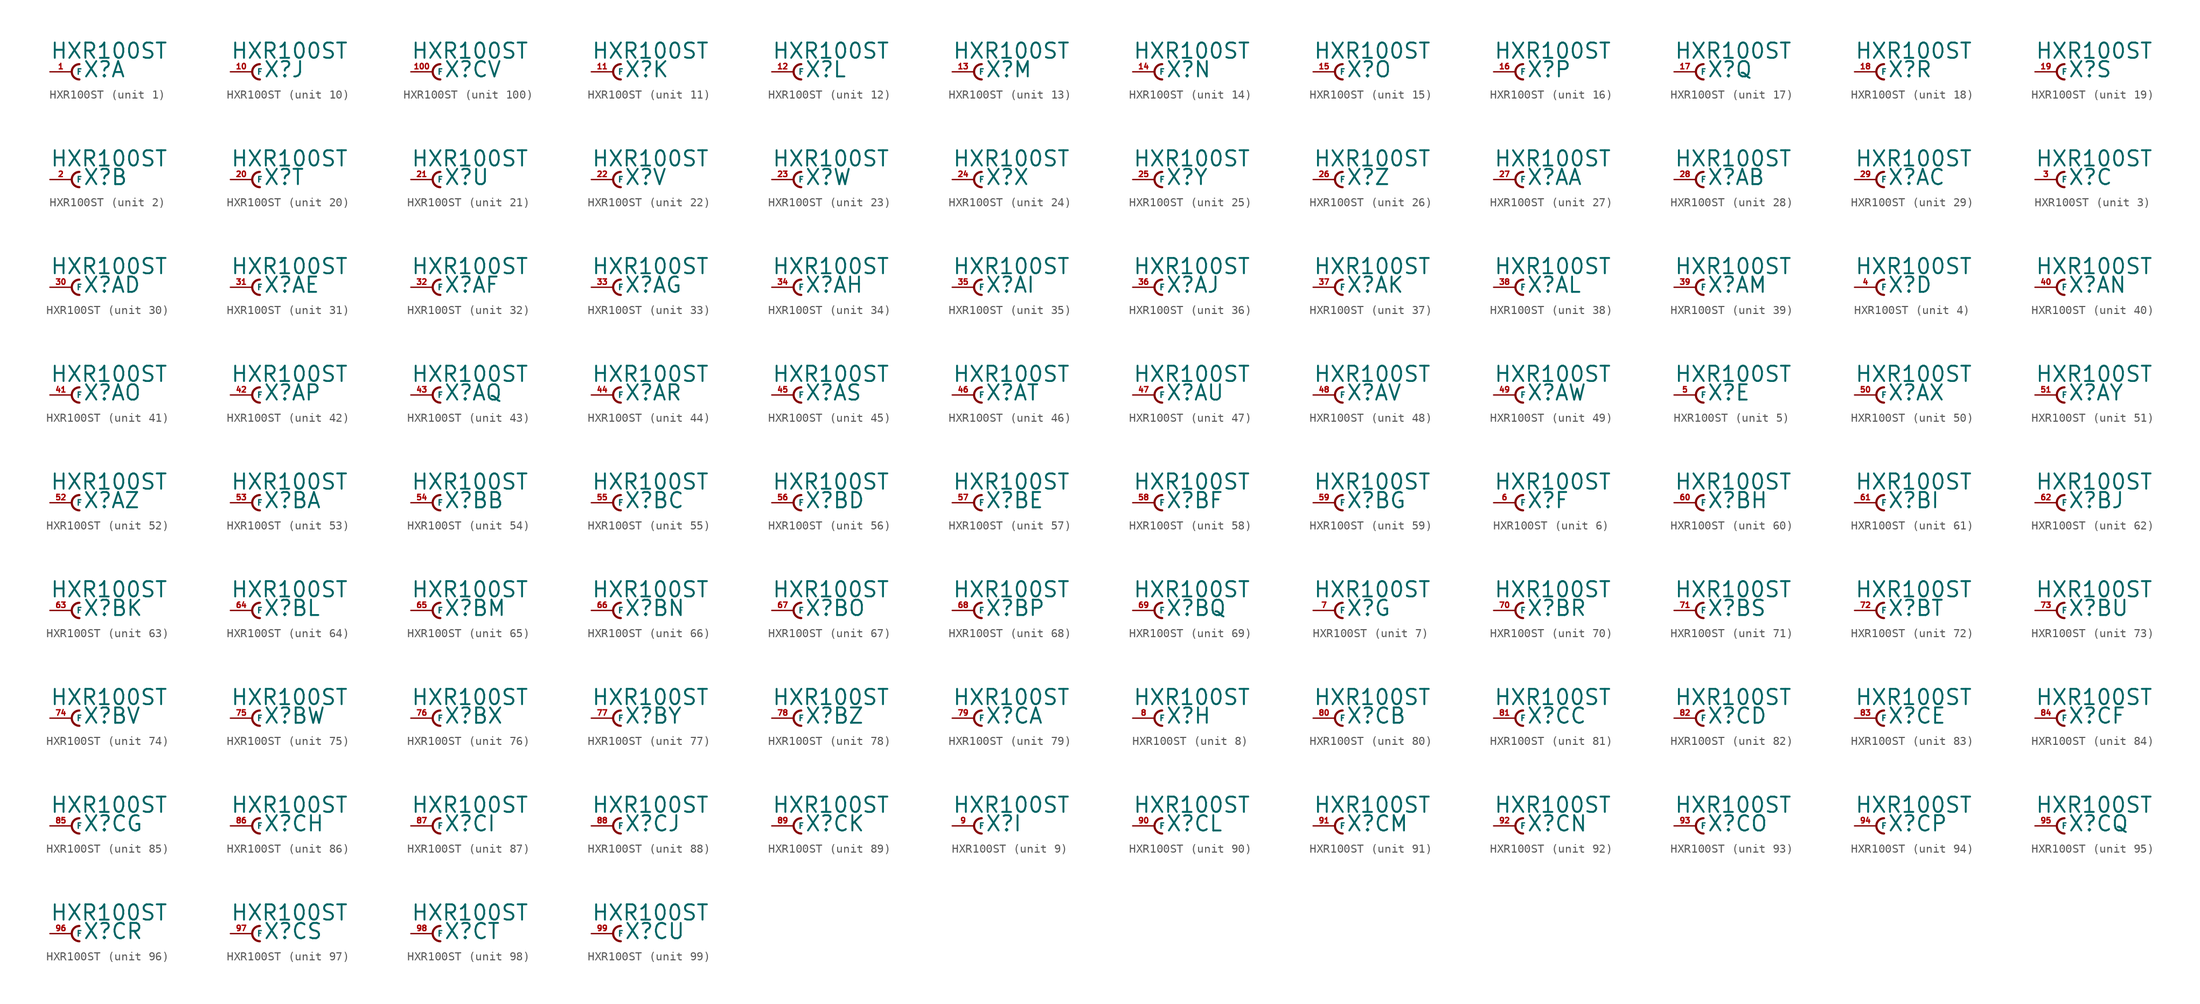
<source format=kicad_sym>
(kicad_symbol_lib
  (version 20220914)
  (generator Eagle2Kicad)
  (symbol "HXR100ST"
    (property "Reference" "X"
      (at 1.27 -0.762 0)
      (effects (font (size 1.778 1.778) (thickness 0.22)) (justify left bottom)))
    (property "Value" "HXR100ST"
      (at -2.54 1.397 0)
      (effects (font (size 1.778 1.778) (thickness 0.22)) (justify left bottom)))
    (symbol "HXR100ST_1_0"
      (arc (start 0.889 0.889) (mid 0.000 0.000) (end 0.889 -0.889) (stroke (width 0.254) (type default)) (fill (type none)))
      (pin passive line (at -2.54 0 0) (length 2.54) (name "F" (effects (font (size 0.635 0.635) (thickness 0.08)) (justify left bottom))) (number "1" (effects (font (size 0.635 0.635) (thickness 0.08)) (justify left bottom)))))
    (symbol "HXR100ST_2_0"
      (arc (start 0.889 0.889) (mid 0.000 0.000) (end 0.889 -0.889) (stroke (width 0.254) (type default)) (fill (type none)))
      (pin passive line (at -2.54 0 0) (length 2.54) (name "F" (effects (font (size 0.635 0.635) (thickness 0.08)) (justify left bottom))) (number "2" (effects (font (size 0.635 0.635) (thickness 0.08)) (justify left bottom)))))
    (symbol "HXR100ST_3_0"
      (arc (start 0.889 0.889) (mid 0.000 0.000) (end 0.889 -0.889) (stroke (width 0.254) (type default)) (fill (type none)))
      (pin passive line (at -2.54 0 0) (length 2.54) (name "F" (effects (font (size 0.635 0.635) (thickness 0.08)) (justify left bottom))) (number "3" (effects (font (size 0.635 0.635) (thickness 0.08)) (justify left bottom)))))
    (symbol "HXR100ST_4_0"
      (arc (start 0.889 0.889) (mid 0.000 0.000) (end 0.889 -0.889) (stroke (width 0.254) (type default)) (fill (type none)))
      (pin passive line (at -2.54 0 0) (length 2.54) (name "F" (effects (font (size 0.635 0.635) (thickness 0.08)) (justify left bottom))) (number "4" (effects (font (size 0.635 0.635) (thickness 0.08)) (justify left bottom)))))
    (symbol "HXR100ST_5_0"
      (arc (start 0.889 0.889) (mid 0.000 0.000) (end 0.889 -0.889) (stroke (width 0.254) (type default)) (fill (type none)))
      (pin passive line (at -2.54 0 0) (length 2.54) (name "F" (effects (font (size 0.635 0.635) (thickness 0.08)) (justify left bottom))) (number "5" (effects (font (size 0.635 0.635) (thickness 0.08)) (justify left bottom)))))
    (symbol "HXR100ST_6_0"
      (arc (start 0.889 0.889) (mid 0.000 0.000) (end 0.889 -0.889) (stroke (width 0.254) (type default)) (fill (type none)))
      (pin passive line (at -2.54 0 0) (length 2.54) (name "F" (effects (font (size 0.635 0.635) (thickness 0.08)) (justify left bottom))) (number "6" (effects (font (size 0.635 0.635) (thickness 0.08)) (justify left bottom)))))
    (symbol "HXR100ST_7_0"
      (arc (start 0.889 0.889) (mid 0.000 0.000) (end 0.889 -0.889) (stroke (width 0.254) (type default)) (fill (type none)))
      (pin passive line (at -2.54 0 0) (length 2.54) (name "F" (effects (font (size 0.635 0.635) (thickness 0.08)) (justify left bottom))) (number "7" (effects (font (size 0.635 0.635) (thickness 0.08)) (justify left bottom)))))
    (symbol "HXR100ST_8_0"
      (arc (start 0.889 0.889) (mid 0.000 0.000) (end 0.889 -0.889) (stroke (width 0.254) (type default)) (fill (type none)))
      (pin passive line (at -2.54 0 0) (length 2.54) (name "F" (effects (font (size 0.635 0.635) (thickness 0.08)) (justify left bottom))) (number "8" (effects (font (size 0.635 0.635) (thickness 0.08)) (justify left bottom)))))
    (symbol "HXR100ST_9_0"
      (arc (start 0.889 0.889) (mid 0.000 0.000) (end 0.889 -0.889) (stroke (width 0.254) (type default)) (fill (type none)))
      (pin passive line (at -2.54 0 0) (length 2.54) (name "F" (effects (font (size 0.635 0.635) (thickness 0.08)) (justify left bottom))) (number "9" (effects (font (size 0.635 0.635) (thickness 0.08)) (justify left bottom)))))
    (symbol "HXR100ST_10_0"
      (arc (start 0.889 0.889) (mid 0.000 0.000) (end 0.889 -0.889) (stroke (width 0.254) (type default)) (fill (type none)))
      (pin passive line (at -2.54 0 0) (length 2.54) (name "F" (effects (font (size 0.635 0.635) (thickness 0.08)) (justify left bottom))) (number "10" (effects (font (size 0.635 0.635) (thickness 0.08)) (justify left bottom)))))
    (symbol "HXR100ST_11_0"
      (arc (start 0.889 0.889) (mid 0.000 0.000) (end 0.889 -0.889) (stroke (width 0.254) (type default)) (fill (type none)))
      (pin passive line (at -2.54 0 0) (length 2.54) (name "F" (effects (font (size 0.635 0.635) (thickness 0.08)) (justify left bottom))) (number "11" (effects (font (size 0.635 0.635) (thickness 0.08)) (justify left bottom)))))
    (symbol "HXR100ST_12_0"
      (arc (start 0.889 0.889) (mid 0.000 0.000) (end 0.889 -0.889) (stroke (width 0.254) (type default)) (fill (type none)))
      (pin passive line (at -2.54 0 0) (length 2.54) (name "F" (effects (font (size 0.635 0.635) (thickness 0.08)) (justify left bottom))) (number "12" (effects (font (size 0.635 0.635) (thickness 0.08)) (justify left bottom)))))
    (symbol "HXR100ST_13_0"
      (arc (start 0.889 0.889) (mid 0.000 0.000) (end 0.889 -0.889) (stroke (width 0.254) (type default)) (fill (type none)))
      (pin passive line (at -2.54 0 0) (length 2.54) (name "F" (effects (font (size 0.635 0.635) (thickness 0.08)) (justify left bottom))) (number "13" (effects (font (size 0.635 0.635) (thickness 0.08)) (justify left bottom)))))
    (symbol "HXR100ST_14_0"
      (arc (start 0.889 0.889) (mid 0.000 0.000) (end 0.889 -0.889) (stroke (width 0.254) (type default)) (fill (type none)))
      (pin passive line (at -2.54 0 0) (length 2.54) (name "F" (effects (font (size 0.635 0.635) (thickness 0.08)) (justify left bottom))) (number "14" (effects (font (size 0.635 0.635) (thickness 0.08)) (justify left bottom)))))
    (symbol "HXR100ST_15_0"
      (arc (start 0.889 0.889) (mid 0.000 0.000) (end 0.889 -0.889) (stroke (width 0.254) (type default)) (fill (type none)))
      (pin passive line (at -2.54 0 0) (length 2.54) (name "F" (effects (font (size 0.635 0.635) (thickness 0.08)) (justify left bottom))) (number "15" (effects (font (size 0.635 0.635) (thickness 0.08)) (justify left bottom)))))
    (symbol "HXR100ST_16_0"
      (arc (start 0.889 0.889) (mid 0.000 0.000) (end 0.889 -0.889) (stroke (width 0.254) (type default)) (fill (type none)))
      (pin passive line (at -2.54 0 0) (length 2.54) (name "F" (effects (font (size 0.635 0.635) (thickness 0.08)) (justify left bottom))) (number "16" (effects (font (size 0.635 0.635) (thickness 0.08)) (justify left bottom)))))
    (symbol "HXR100ST_17_0"
      (arc (start 0.889 0.889) (mid 0.000 0.000) (end 0.889 -0.889) (stroke (width 0.254) (type default)) (fill (type none)))
      (pin passive line (at -2.54 0 0) (length 2.54) (name "F" (effects (font (size 0.635 0.635) (thickness 0.08)) (justify left bottom))) (number "17" (effects (font (size 0.635 0.635) (thickness 0.08)) (justify left bottom)))))
    (symbol "HXR100ST_18_0"
      (arc (start 0.889 0.889) (mid 0.000 0.000) (end 0.889 -0.889) (stroke (width 0.254) (type default)) (fill (type none)))
      (pin passive line (at -2.54 0 0) (length 2.54) (name "F" (effects (font (size 0.635 0.635) (thickness 0.08)) (justify left bottom))) (number "18" (effects (font (size 0.635 0.635) (thickness 0.08)) (justify left bottom)))))
    (symbol "HXR100ST_19_0"
      (arc (start 0.889 0.889) (mid 0.000 0.000) (end 0.889 -0.889) (stroke (width 0.254) (type default)) (fill (type none)))
      (pin passive line (at -2.54 0 0) (length 2.54) (name "F" (effects (font (size 0.635 0.635) (thickness 0.08)) (justify left bottom))) (number "19" (effects (font (size 0.635 0.635) (thickness 0.08)) (justify left bottom)))))
    (symbol "HXR100ST_20_0"
      (arc (start 0.889 0.889) (mid 0.000 0.000) (end 0.889 -0.889) (stroke (width 0.254) (type default)) (fill (type none)))
      (pin passive line (at -2.54 0 0) (length 2.54) (name "F" (effects (font (size 0.635 0.635) (thickness 0.08)) (justify left bottom))) (number "20" (effects (font (size 0.635 0.635) (thickness 0.08)) (justify left bottom)))))
    (symbol "HXR100ST_21_0"
      (arc (start 0.889 0.889) (mid 0.000 0.000) (end 0.889 -0.889) (stroke (width 0.254) (type default)) (fill (type none)))
      (pin passive line (at -2.54 0 0) (length 2.54) (name "F" (effects (font (size 0.635 0.635) (thickness 0.08)) (justify left bottom))) (number "21" (effects (font (size 0.635 0.635) (thickness 0.08)) (justify left bottom)))))
    (symbol "HXR100ST_22_0"
      (arc (start 0.889 0.889) (mid 0.000 0.000) (end 0.889 -0.889) (stroke (width 0.254) (type default)) (fill (type none)))
      (pin passive line (at -2.54 0 0) (length 2.54) (name "F" (effects (font (size 0.635 0.635) (thickness 0.08)) (justify left bottom))) (number "22" (effects (font (size 0.635 0.635) (thickness 0.08)) (justify left bottom)))))
    (symbol "HXR100ST_23_0"
      (arc (start 0.889 0.889) (mid 0.000 0.000) (end 0.889 -0.889) (stroke (width 0.254) (type default)) (fill (type none)))
      (pin passive line (at -2.54 0 0) (length 2.54) (name "F" (effects (font (size 0.635 0.635) (thickness 0.08)) (justify left bottom))) (number "23" (effects (font (size 0.635 0.635) (thickness 0.08)) (justify left bottom)))))
    (symbol "HXR100ST_24_0"
      (arc (start 0.889 0.889) (mid 0.000 0.000) (end 0.889 -0.889) (stroke (width 0.254) (type default)) (fill (type none)))
      (pin passive line (at -2.54 0 0) (length 2.54) (name "F" (effects (font (size 0.635 0.635) (thickness 0.08)) (justify left bottom))) (number "24" (effects (font (size 0.635 0.635) (thickness 0.08)) (justify left bottom)))))
    (symbol "HXR100ST_25_0"
      (arc (start 0.889 0.889) (mid 0.000 0.000) (end 0.889 -0.889) (stroke (width 0.254) (type default)) (fill (type none)))
      (pin passive line (at -2.54 0 0) (length 2.54) (name "F" (effects (font (size 0.635 0.635) (thickness 0.08)) (justify left bottom))) (number "25" (effects (font (size 0.635 0.635) (thickness 0.08)) (justify left bottom)))))
    (symbol "HXR100ST_26_0"
      (arc (start 0.889 0.889) (mid 0.000 0.000) (end 0.889 -0.889) (stroke (width 0.254) (type default)) (fill (type none)))
      (pin passive line (at -2.54 0 0) (length 2.54) (name "F" (effects (font (size 0.635 0.635) (thickness 0.08)) (justify left bottom))) (number "26" (effects (font (size 0.635 0.635) (thickness 0.08)) (justify left bottom)))))
    (symbol "HXR100ST_27_0"
      (arc (start 0.889 0.889) (mid 0.000 0.000) (end 0.889 -0.889) (stroke (width 0.254) (type default)) (fill (type none)))
      (pin passive line (at -2.54 0 0) (length 2.54) (name "F" (effects (font (size 0.635 0.635) (thickness 0.08)) (justify left bottom))) (number "27" (effects (font (size 0.635 0.635) (thickness 0.08)) (justify left bottom)))))
    (symbol "HXR100ST_28_0"
      (arc (start 0.889 0.889) (mid 0.000 0.000) (end 0.889 -0.889) (stroke (width 0.254) (type default)) (fill (type none)))
      (pin passive line (at -2.54 0 0) (length 2.54) (name "F" (effects (font (size 0.635 0.635) (thickness 0.08)) (justify left bottom))) (number "28" (effects (font (size 0.635 0.635) (thickness 0.08)) (justify left bottom)))))
    (symbol "HXR100ST_29_0"
      (arc (start 0.889 0.889) (mid 0.000 0.000) (end 0.889 -0.889) (stroke (width 0.254) (type default)) (fill (type none)))
      (pin passive line (at -2.54 0 0) (length 2.54) (name "F" (effects (font (size 0.635 0.635) (thickness 0.08)) (justify left bottom))) (number "29" (effects (font (size 0.635 0.635) (thickness 0.08)) (justify left bottom)))))
    (symbol "HXR100ST_30_0"
      (arc (start 0.889 0.889) (mid 0.000 0.000) (end 0.889 -0.889) (stroke (width 0.254) (type default)) (fill (type none)))
      (pin passive line (at -2.54 0 0) (length 2.54) (name "F" (effects (font (size 0.635 0.635) (thickness 0.08)) (justify left bottom))) (number "30" (effects (font (size 0.635 0.635) (thickness 0.08)) (justify left bottom)))))
    (symbol "HXR100ST_31_0"
      (arc (start 0.889 0.889) (mid 0.000 0.000) (end 0.889 -0.889) (stroke (width 0.254) (type default)) (fill (type none)))
      (pin passive line (at -2.54 0 0) (length 2.54) (name "F" (effects (font (size 0.635 0.635) (thickness 0.08)) (justify left bottom))) (number "31" (effects (font (size 0.635 0.635) (thickness 0.08)) (justify left bottom)))))
    (symbol "HXR100ST_32_0"
      (arc (start 0.889 0.889) (mid 0.000 0.000) (end 0.889 -0.889) (stroke (width 0.254) (type default)) (fill (type none)))
      (pin passive line (at -2.54 0 0) (length 2.54) (name "F" (effects (font (size 0.635 0.635) (thickness 0.08)) (justify left bottom))) (number "32" (effects (font (size 0.635 0.635) (thickness 0.08)) (justify left bottom)))))
    (symbol "HXR100ST_33_0"
      (arc (start 0.889 0.889) (mid 0.000 0.000) (end 0.889 -0.889) (stroke (width 0.254) (type default)) (fill (type none)))
      (pin passive line (at -2.54 0 0) (length 2.54) (name "F" (effects (font (size 0.635 0.635) (thickness 0.08)) (justify left bottom))) (number "33" (effects (font (size 0.635 0.635) (thickness 0.08)) (justify left bottom)))))
    (symbol "HXR100ST_34_0"
      (arc (start 0.889 0.889) (mid 0.000 0.000) (end 0.889 -0.889) (stroke (width 0.254) (type default)) (fill (type none)))
      (pin passive line (at -2.54 0 0) (length 2.54) (name "F" (effects (font (size 0.635 0.635) (thickness 0.08)) (justify left bottom))) (number "34" (effects (font (size 0.635 0.635) (thickness 0.08)) (justify left bottom)))))
    (symbol "HXR100ST_35_0"
      (arc (start 0.889 0.889) (mid 0.000 0.000) (end 0.889 -0.889) (stroke (width 0.254) (type default)) (fill (type none)))
      (pin passive line (at -2.54 0 0) (length 2.54) (name "F" (effects (font (size 0.635 0.635) (thickness 0.08)) (justify left bottom))) (number "35" (effects (font (size 0.635 0.635) (thickness 0.08)) (justify left bottom)))))
    (symbol "HXR100ST_36_0"
      (arc (start 0.889 0.889) (mid 0.000 0.000) (end 0.889 -0.889) (stroke (width 0.254) (type default)) (fill (type none)))
      (pin passive line (at -2.54 0 0) (length 2.54) (name "F" (effects (font (size 0.635 0.635) (thickness 0.08)) (justify left bottom))) (number "36" (effects (font (size 0.635 0.635) (thickness 0.08)) (justify left bottom)))))
    (symbol "HXR100ST_37_0"
      (arc (start 0.889 0.889) (mid 0.000 0.000) (end 0.889 -0.889) (stroke (width 0.254) (type default)) (fill (type none)))
      (pin passive line (at -2.54 0 0) (length 2.54) (name "F" (effects (font (size 0.635 0.635) (thickness 0.08)) (justify left bottom))) (number "37" (effects (font (size 0.635 0.635) (thickness 0.08)) (justify left bottom)))))
    (symbol "HXR100ST_38_0"
      (arc (start 0.889 0.889) (mid 0.000 0.000) (end 0.889 -0.889) (stroke (width 0.254) (type default)) (fill (type none)))
      (pin passive line (at -2.54 0 0) (length 2.54) (name "F" (effects (font (size 0.635 0.635) (thickness 0.08)) (justify left bottom))) (number "38" (effects (font (size 0.635 0.635) (thickness 0.08)) (justify left bottom)))))
    (symbol "HXR100ST_39_0"
      (arc (start 0.889 0.889) (mid 0.000 0.000) (end 0.889 -0.889) (stroke (width 0.254) (type default)) (fill (type none)))
      (pin passive line (at -2.54 0 0) (length 2.54) (name "F" (effects (font (size 0.635 0.635) (thickness 0.08)) (justify left bottom))) (number "39" (effects (font (size 0.635 0.635) (thickness 0.08)) (justify left bottom)))))
    (symbol "HXR100ST_40_0"
      (arc (start 0.889 0.889) (mid 0.000 0.000) (end 0.889 -0.889) (stroke (width 0.254) (type default)) (fill (type none)))
      (pin passive line (at -2.54 0 0) (length 2.54) (name "F" (effects (font (size 0.635 0.635) (thickness 0.08)) (justify left bottom))) (number "40" (effects (font (size 0.635 0.635) (thickness 0.08)) (justify left bottom)))))
    (symbol "HXR100ST_41_0"
      (arc (start 0.889 0.889) (mid 0.000 0.000) (end 0.889 -0.889) (stroke (width 0.254) (type default)) (fill (type none)))
      (pin passive line (at -2.54 0 0) (length 2.54) (name "F" (effects (font (size 0.635 0.635) (thickness 0.08)) (justify left bottom))) (number "41" (effects (font (size 0.635 0.635) (thickness 0.08)) (justify left bottom)))))
    (symbol "HXR100ST_42_0"
      (arc (start 0.889 0.889) (mid 0.000 0.000) (end 0.889 -0.889) (stroke (width 0.254) (type default)) (fill (type none)))
      (pin passive line (at -2.54 0 0) (length 2.54) (name "F" (effects (font (size 0.635 0.635) (thickness 0.08)) (justify left bottom))) (number "42" (effects (font (size 0.635 0.635) (thickness 0.08)) (justify left bottom)))))
    (symbol "HXR100ST_43_0"
      (arc (start 0.889 0.889) (mid 0.000 0.000) (end 0.889 -0.889) (stroke (width 0.254) (type default)) (fill (type none)))
      (pin passive line (at -2.54 0 0) (length 2.54) (name "F" (effects (font (size 0.635 0.635) (thickness 0.08)) (justify left bottom))) (number "43" (effects (font (size 0.635 0.635) (thickness 0.08)) (justify left bottom)))))
    (symbol "HXR100ST_44_0"
      (arc (start 0.889 0.889) (mid 0.000 0.000) (end 0.889 -0.889) (stroke (width 0.254) (type default)) (fill (type none)))
      (pin passive line (at -2.54 0 0) (length 2.54) (name "F" (effects (font (size 0.635 0.635) (thickness 0.08)) (justify left bottom))) (number "44" (effects (font (size 0.635 0.635) (thickness 0.08)) (justify left bottom)))))
    (symbol "HXR100ST_45_0"
      (arc (start 0.889 0.889) (mid 0.000 0.000) (end 0.889 -0.889) (stroke (width 0.254) (type default)) (fill (type none)))
      (pin passive line (at -2.54 0 0) (length 2.54) (name "F" (effects (font (size 0.635 0.635) (thickness 0.08)) (justify left bottom))) (number "45" (effects (font (size 0.635 0.635) (thickness 0.08)) (justify left bottom)))))
    (symbol "HXR100ST_46_0"
      (arc (start 0.889 0.889) (mid 0.000 0.000) (end 0.889 -0.889) (stroke (width 0.254) (type default)) (fill (type none)))
      (pin passive line (at -2.54 0 0) (length 2.54) (name "F" (effects (font (size 0.635 0.635) (thickness 0.08)) (justify left bottom))) (number "46" (effects (font (size 0.635 0.635) (thickness 0.08)) (justify left bottom)))))
    (symbol "HXR100ST_47_0"
      (arc (start 0.889 0.889) (mid 0.000 0.000) (end 0.889 -0.889) (stroke (width 0.254) (type default)) (fill (type none)))
      (pin passive line (at -2.54 0 0) (length 2.54) (name "F" (effects (font (size 0.635 0.635) (thickness 0.08)) (justify left bottom))) (number "47" (effects (font (size 0.635 0.635) (thickness 0.08)) (justify left bottom)))))
    (symbol "HXR100ST_48_0"
      (arc (start 0.889 0.889) (mid 0.000 0.000) (end 0.889 -0.889) (stroke (width 0.254) (type default)) (fill (type none)))
      (pin passive line (at -2.54 0 0) (length 2.54) (name "F" (effects (font (size 0.635 0.635) (thickness 0.08)) (justify left bottom))) (number "48" (effects (font (size 0.635 0.635) (thickness 0.08)) (justify left bottom)))))
    (symbol "HXR100ST_49_0"
      (arc (start 0.889 0.889) (mid 0.000 0.000) (end 0.889 -0.889) (stroke (width 0.254) (type default)) (fill (type none)))
      (pin passive line (at -2.54 0 0) (length 2.54) (name "F" (effects (font (size 0.635 0.635) (thickness 0.08)) (justify left bottom))) (number "49" (effects (font (size 0.635 0.635) (thickness 0.08)) (justify left bottom)))))
    (symbol "HXR100ST_50_0"
      (arc (start 0.889 0.889) (mid 0.000 0.000) (end 0.889 -0.889) (stroke (width 0.254) (type default)) (fill (type none)))
      (pin passive line (at -2.54 0 0) (length 2.54) (name "F" (effects (font (size 0.635 0.635) (thickness 0.08)) (justify left bottom))) (number "50" (effects (font (size 0.635 0.635) (thickness 0.08)) (justify left bottom)))))
    (symbol "HXR100ST_51_0"
      (arc (start 0.889 0.889) (mid 0.000 0.000) (end 0.889 -0.889) (stroke (width 0.254) (type default)) (fill (type none)))
      (pin passive line (at -2.54 0 0) (length 2.54) (name "F" (effects (font (size 0.635 0.635) (thickness 0.08)) (justify left bottom))) (number "51" (effects (font (size 0.635 0.635) (thickness 0.08)) (justify left bottom)))))
    (symbol "HXR100ST_52_0"
      (arc (start 0.889 0.889) (mid 0.000 0.000) (end 0.889 -0.889) (stroke (width 0.254) (type default)) (fill (type none)))
      (pin passive line (at -2.54 0 0) (length 2.54) (name "F" (effects (font (size 0.635 0.635) (thickness 0.08)) (justify left bottom))) (number "52" (effects (font (size 0.635 0.635) (thickness 0.08)) (justify left bottom)))))
    (symbol "HXR100ST_53_0"
      (arc (start 0.889 0.889) (mid 0.000 0.000) (end 0.889 -0.889) (stroke (width 0.254) (type default)) (fill (type none)))
      (pin passive line (at -2.54 0 0) (length 2.54) (name "F" (effects (font (size 0.635 0.635) (thickness 0.08)) (justify left bottom))) (number "53" (effects (font (size 0.635 0.635) (thickness 0.08)) (justify left bottom)))))
    (symbol "HXR100ST_54_0"
      (arc (start 0.889 0.889) (mid 0.000 0.000) (end 0.889 -0.889) (stroke (width 0.254) (type default)) (fill (type none)))
      (pin passive line (at -2.54 0 0) (length 2.54) (name "F" (effects (font (size 0.635 0.635) (thickness 0.08)) (justify left bottom))) (number "54" (effects (font (size 0.635 0.635) (thickness 0.08)) (justify left bottom)))))
    (symbol "HXR100ST_55_0"
      (arc (start 0.889 0.889) (mid 0.000 0.000) (end 0.889 -0.889) (stroke (width 0.254) (type default)) (fill (type none)))
      (pin passive line (at -2.54 0 0) (length 2.54) (name "F" (effects (font (size 0.635 0.635) (thickness 0.08)) (justify left bottom))) (number "55" (effects (font (size 0.635 0.635) (thickness 0.08)) (justify left bottom)))))
    (symbol "HXR100ST_56_0"
      (arc (start 0.889 0.889) (mid 0.000 0.000) (end 0.889 -0.889) (stroke (width 0.254) (type default)) (fill (type none)))
      (pin passive line (at -2.54 0 0) (length 2.54) (name "F" (effects (font (size 0.635 0.635) (thickness 0.08)) (justify left bottom))) (number "56" (effects (font (size 0.635 0.635) (thickness 0.08)) (justify left bottom)))))
    (symbol "HXR100ST_57_0"
      (arc (start 0.889 0.889) (mid 0.000 0.000) (end 0.889 -0.889) (stroke (width 0.254) (type default)) (fill (type none)))
      (pin passive line (at -2.54 0 0) (length 2.54) (name "F" (effects (font (size 0.635 0.635) (thickness 0.08)) (justify left bottom))) (number "57" (effects (font (size 0.635 0.635) (thickness 0.08)) (justify left bottom)))))
    (symbol "HXR100ST_58_0"
      (arc (start 0.889 0.889) (mid 0.000 0.000) (end 0.889 -0.889) (stroke (width 0.254) (type default)) (fill (type none)))
      (pin passive line (at -2.54 0 0) (length 2.54) (name "F" (effects (font (size 0.635 0.635) (thickness 0.08)) (justify left bottom))) (number "58" (effects (font (size 0.635 0.635) (thickness 0.08)) (justify left bottom)))))
    (symbol "HXR100ST_59_0"
      (arc (start 0.889 0.889) (mid 0.000 0.000) (end 0.889 -0.889) (stroke (width 0.254) (type default)) (fill (type none)))
      (pin passive line (at -2.54 0 0) (length 2.54) (name "F" (effects (font (size 0.635 0.635) (thickness 0.08)) (justify left bottom))) (number "59" (effects (font (size 0.635 0.635) (thickness 0.08)) (justify left bottom)))))
    (symbol "HXR100ST_60_0"
      (arc (start 0.889 0.889) (mid 0.000 0.000) (end 0.889 -0.889) (stroke (width 0.254) (type default)) (fill (type none)))
      (pin passive line (at -2.54 0 0) (length 2.54) (name "F" (effects (font (size 0.635 0.635) (thickness 0.08)) (justify left bottom))) (number "60" (effects (font (size 0.635 0.635) (thickness 0.08)) (justify left bottom)))))
    (symbol "HXR100ST_61_0"
      (arc (start 0.889 0.889) (mid 0.000 0.000) (end 0.889 -0.889) (stroke (width 0.254) (type default)) (fill (type none)))
      (pin passive line (at -2.54 0 0) (length 2.54) (name "F" (effects (font (size 0.635 0.635) (thickness 0.08)) (justify left bottom))) (number "61" (effects (font (size 0.635 0.635) (thickness 0.08)) (justify left bottom)))))
    (symbol "HXR100ST_62_0"
      (arc (start 0.889 0.889) (mid 0.000 0.000) (end 0.889 -0.889) (stroke (width 0.254) (type default)) (fill (type none)))
      (pin passive line (at -2.54 0 0) (length 2.54) (name "F" (effects (font (size 0.635 0.635) (thickness 0.08)) (justify left bottom))) (number "62" (effects (font (size 0.635 0.635) (thickness 0.08)) (justify left bottom)))))
    (symbol "HXR100ST_63_0"
      (arc (start 0.889 0.889) (mid 0.000 0.000) (end 0.889 -0.889) (stroke (width 0.254) (type default)) (fill (type none)))
      (pin passive line (at -2.54 0 0) (length 2.54) (name "F" (effects (font (size 0.635 0.635) (thickness 0.08)) (justify left bottom))) (number "63" (effects (font (size 0.635 0.635) (thickness 0.08)) (justify left bottom)))))
    (symbol "HXR100ST_64_0"
      (arc (start 0.889 0.889) (mid 0.000 0.000) (end 0.889 -0.889) (stroke (width 0.254) (type default)) (fill (type none)))
      (pin passive line (at -2.54 0 0) (length 2.54) (name "F" (effects (font (size 0.635 0.635) (thickness 0.08)) (justify left bottom))) (number "64" (effects (font (size 0.635 0.635) (thickness 0.08)) (justify left bottom)))))
    (symbol "HXR100ST_65_0"
      (arc (start 0.889 0.889) (mid 0.000 0.000) (end 0.889 -0.889) (stroke (width 0.254) (type default)) (fill (type none)))
      (pin passive line (at -2.54 0 0) (length 2.54) (name "F" (effects (font (size 0.635 0.635) (thickness 0.08)) (justify left bottom))) (number "65" (effects (font (size 0.635 0.635) (thickness 0.08)) (justify left bottom)))))
    (symbol "HXR100ST_66_0"
      (arc (start 0.889 0.889) (mid 0.000 0.000) (end 0.889 -0.889) (stroke (width 0.254) (type default)) (fill (type none)))
      (pin passive line (at -2.54 0 0) (length 2.54) (name "F" (effects (font (size 0.635 0.635) (thickness 0.08)) (justify left bottom))) (number "66" (effects (font (size 0.635 0.635) (thickness 0.08)) (justify left bottom)))))
    (symbol "HXR100ST_67_0"
      (arc (start 0.889 0.889) (mid 0.000 0.000) (end 0.889 -0.889) (stroke (width 0.254) (type default)) (fill (type none)))
      (pin passive line (at -2.54 0 0) (length 2.54) (name "F" (effects (font (size 0.635 0.635) (thickness 0.08)) (justify left bottom))) (number "67" (effects (font (size 0.635 0.635) (thickness 0.08)) (justify left bottom)))))
    (symbol "HXR100ST_68_0"
      (arc (start 0.889 0.889) (mid 0.000 0.000) (end 0.889 -0.889) (stroke (width 0.254) (type default)) (fill (type none)))
      (pin passive line (at -2.54 0 0) (length 2.54) (name "F" (effects (font (size 0.635 0.635) (thickness 0.08)) (justify left bottom))) (number "68" (effects (font (size 0.635 0.635) (thickness 0.08)) (justify left bottom)))))
    (symbol "HXR100ST_69_0"
      (arc (start 0.889 0.889) (mid 0.000 0.000) (end 0.889 -0.889) (stroke (width 0.254) (type default)) (fill (type none)))
      (pin passive line (at -2.54 0 0) (length 2.54) (name "F" (effects (font (size 0.635 0.635) (thickness 0.08)) (justify left bottom))) (number "69" (effects (font (size 0.635 0.635) (thickness 0.08)) (justify left bottom)))))
    (symbol "HXR100ST_70_0"
      (arc (start 0.889 0.889) (mid 0.000 0.000) (end 0.889 -0.889) (stroke (width 0.254) (type default)) (fill (type none)))
      (pin passive line (at -2.54 0 0) (length 2.54) (name "F" (effects (font (size 0.635 0.635) (thickness 0.08)) (justify left bottom))) (number "70" (effects (font (size 0.635 0.635) (thickness 0.08)) (justify left bottom)))))
    (symbol "HXR100ST_71_0"
      (arc (start 0.889 0.889) (mid 0.000 0.000) (end 0.889 -0.889) (stroke (width 0.254) (type default)) (fill (type none)))
      (pin passive line (at -2.54 0 0) (length 2.54) (name "F" (effects (font (size 0.635 0.635) (thickness 0.08)) (justify left bottom))) (number "71" (effects (font (size 0.635 0.635) (thickness 0.08)) (justify left bottom)))))
    (symbol "HXR100ST_72_0"
      (arc (start 0.889 0.889) (mid 0.000 0.000) (end 0.889 -0.889) (stroke (width 0.254) (type default)) (fill (type none)))
      (pin passive line (at -2.54 0 0) (length 2.54) (name "F" (effects (font (size 0.635 0.635) (thickness 0.08)) (justify left bottom))) (number "72" (effects (font (size 0.635 0.635) (thickness 0.08)) (justify left bottom)))))
    (symbol "HXR100ST_73_0"
      (arc (start 0.889 0.889) (mid 0.000 0.000) (end 0.889 -0.889) (stroke (width 0.254) (type default)) (fill (type none)))
      (pin passive line (at -2.54 0 0) (length 2.54) (name "F" (effects (font (size 0.635 0.635) (thickness 0.08)) (justify left bottom))) (number "73" (effects (font (size 0.635 0.635) (thickness 0.08)) (justify left bottom)))))
    (symbol "HXR100ST_74_0"
      (arc (start 0.889 0.889) (mid 0.000 0.000) (end 0.889 -0.889) (stroke (width 0.254) (type default)) (fill (type none)))
      (pin passive line (at -2.54 0 0) (length 2.54) (name "F" (effects (font (size 0.635 0.635) (thickness 0.08)) (justify left bottom))) (number "74" (effects (font (size 0.635 0.635) (thickness 0.08)) (justify left bottom)))))
    (symbol "HXR100ST_75_0"
      (arc (start 0.889 0.889) (mid 0.000 0.000) (end 0.889 -0.889) (stroke (width 0.254) (type default)) (fill (type none)))
      (pin passive line (at -2.54 0 0) (length 2.54) (name "F" (effects (font (size 0.635 0.635) (thickness 0.08)) (justify left bottom))) (number "75" (effects (font (size 0.635 0.635) (thickness 0.08)) (justify left bottom)))))
    (symbol "HXR100ST_76_0"
      (arc (start 0.889 0.889) (mid 0.000 0.000) (end 0.889 -0.889) (stroke (width 0.254) (type default)) (fill (type none)))
      (pin passive line (at -2.54 0 0) (length 2.54) (name "F" (effects (font (size 0.635 0.635) (thickness 0.08)) (justify left bottom))) (number "76" (effects (font (size 0.635 0.635) (thickness 0.08)) (justify left bottom)))))
    (symbol "HXR100ST_77_0"
      (arc (start 0.889 0.889) (mid 0.000 0.000) (end 0.889 -0.889) (stroke (width 0.254) (type default)) (fill (type none)))
      (pin passive line (at -2.54 0 0) (length 2.54) (name "F" (effects (font (size 0.635 0.635) (thickness 0.08)) (justify left bottom))) (number "77" (effects (font (size 0.635 0.635) (thickness 0.08)) (justify left bottom)))))
    (symbol "HXR100ST_78_0"
      (arc (start 0.889 0.889) (mid 0.000 0.000) (end 0.889 -0.889) (stroke (width 0.254) (type default)) (fill (type none)))
      (pin passive line (at -2.54 0 0) (length 2.54) (name "F" (effects (font (size 0.635 0.635) (thickness 0.08)) (justify left bottom))) (number "78" (effects (font (size 0.635 0.635) (thickness 0.08)) (justify left bottom)))))
    (symbol "HXR100ST_79_0"
      (arc (start 0.889 0.889) (mid 0.000 0.000) (end 0.889 -0.889) (stroke (width 0.254) (type default)) (fill (type none)))
      (pin passive line (at -2.54 0 0) (length 2.54) (name "F" (effects (font (size 0.635 0.635) (thickness 0.08)) (justify left bottom))) (number "79" (effects (font (size 0.635 0.635) (thickness 0.08)) (justify left bottom)))))
    (symbol "HXR100ST_80_0"
      (arc (start 0.889 0.889) (mid 0.000 0.000) (end 0.889 -0.889) (stroke (width 0.254) (type default)) (fill (type none)))
      (pin passive line (at -2.54 0 0) (length 2.54) (name "F" (effects (font (size 0.635 0.635) (thickness 0.08)) (justify left bottom))) (number "80" (effects (font (size 0.635 0.635) (thickness 0.08)) (justify left bottom)))))
    (symbol "HXR100ST_81_0"
      (arc (start 0.889 0.889) (mid 0.000 0.000) (end 0.889 -0.889) (stroke (width 0.254) (type default)) (fill (type none)))
      (pin passive line (at -2.54 0 0) (length 2.54) (name "F" (effects (font (size 0.635 0.635) (thickness 0.08)) (justify left bottom))) (number "81" (effects (font (size 0.635 0.635) (thickness 0.08)) (justify left bottom)))))
    (symbol "HXR100ST_82_0"
      (arc (start 0.889 0.889) (mid 0.000 0.000) (end 0.889 -0.889) (stroke (width 0.254) (type default)) (fill (type none)))
      (pin passive line (at -2.54 0 0) (length 2.54) (name "F" (effects (font (size 0.635 0.635) (thickness 0.08)) (justify left bottom))) (number "82" (effects (font (size 0.635 0.635) (thickness 0.08)) (justify left bottom)))))
    (symbol "HXR100ST_83_0"
      (arc (start 0.889 0.889) (mid 0.000 0.000) (end 0.889 -0.889) (stroke (width 0.254) (type default)) (fill (type none)))
      (pin passive line (at -2.54 0 0) (length 2.54) (name "F" (effects (font (size 0.635 0.635) (thickness 0.08)) (justify left bottom))) (number "83" (effects (font (size 0.635 0.635) (thickness 0.08)) (justify left bottom)))))
    (symbol "HXR100ST_84_0"
      (arc (start 0.889 0.889) (mid 0.000 0.000) (end 0.889 -0.889) (stroke (width 0.254) (type default)) (fill (type none)))
      (pin passive line (at -2.54 0 0) (length 2.54) (name "F" (effects (font (size 0.635 0.635) (thickness 0.08)) (justify left bottom))) (number "84" (effects (font (size 0.635 0.635) (thickness 0.08)) (justify left bottom)))))
    (symbol "HXR100ST_85_0"
      (arc (start 0.889 0.889) (mid 0.000 0.000) (end 0.889 -0.889) (stroke (width 0.254) (type default)) (fill (type none)))
      (pin passive line (at -2.54 0 0) (length 2.54) (name "F" (effects (font (size 0.635 0.635) (thickness 0.08)) (justify left bottom))) (number "85" (effects (font (size 0.635 0.635) (thickness 0.08)) (justify left bottom)))))
    (symbol "HXR100ST_86_0"
      (arc (start 0.889 0.889) (mid 0.000 0.000) (end 0.889 -0.889) (stroke (width 0.254) (type default)) (fill (type none)))
      (pin passive line (at -2.54 0 0) (length 2.54) (name "F" (effects (font (size 0.635 0.635) (thickness 0.08)) (justify left bottom))) (number "86" (effects (font (size 0.635 0.635) (thickness 0.08)) (justify left bottom)))))
    (symbol "HXR100ST_87_0"
      (arc (start 0.889 0.889) (mid 0.000 0.000) (end 0.889 -0.889) (stroke (width 0.254) (type default)) (fill (type none)))
      (pin passive line (at -2.54 0 0) (length 2.54) (name "F" (effects (font (size 0.635 0.635) (thickness 0.08)) (justify left bottom))) (number "87" (effects (font (size 0.635 0.635) (thickness 0.08)) (justify left bottom)))))
    (symbol "HXR100ST_88_0"
      (arc (start 0.889 0.889) (mid 0.000 0.000) (end 0.889 -0.889) (stroke (width 0.254) (type default)) (fill (type none)))
      (pin passive line (at -2.54 0 0) (length 2.54) (name "F" (effects (font (size 0.635 0.635) (thickness 0.08)) (justify left bottom))) (number "88" (effects (font (size 0.635 0.635) (thickness 0.08)) (justify left bottom)))))
    (symbol "HXR100ST_89_0"
      (arc (start 0.889 0.889) (mid 0.000 0.000) (end 0.889 -0.889) (stroke (width 0.254) (type default)) (fill (type none)))
      (pin passive line (at -2.54 0 0) (length 2.54) (name "F" (effects (font (size 0.635 0.635) (thickness 0.08)) (justify left bottom))) (number "89" (effects (font (size 0.635 0.635) (thickness 0.08)) (justify left bottom)))))
    (symbol "HXR100ST_90_0"
      (arc (start 0.889 0.889) (mid 0.000 0.000) (end 0.889 -0.889) (stroke (width 0.254) (type default)) (fill (type none)))
      (pin passive line (at -2.54 0 0) (length 2.54) (name "F" (effects (font (size 0.635 0.635) (thickness 0.08)) (justify left bottom))) (number "90" (effects (font (size 0.635 0.635) (thickness 0.08)) (justify left bottom)))))
    (symbol "HXR100ST_91_0"
      (arc (start 0.889 0.889) (mid 0.000 0.000) (end 0.889 -0.889) (stroke (width 0.254) (type default)) (fill (type none)))
      (pin passive line (at -2.54 0 0) (length 2.54) (name "F" (effects (font (size 0.635 0.635) (thickness 0.08)) (justify left bottom))) (number "91" (effects (font (size 0.635 0.635) (thickness 0.08)) (justify left bottom)))))
    (symbol "HXR100ST_92_0"
      (arc (start 0.889 0.889) (mid 0.000 0.000) (end 0.889 -0.889) (stroke (width 0.254) (type default)) (fill (type none)))
      (pin passive line (at -2.54 0 0) (length 2.54) (name "F" (effects (font (size 0.635 0.635) (thickness 0.08)) (justify left bottom))) (number "92" (effects (font (size 0.635 0.635) (thickness 0.08)) (justify left bottom)))))
    (symbol "HXR100ST_93_0"
      (arc (start 0.889 0.889) (mid 0.000 0.000) (end 0.889 -0.889) (stroke (width 0.254) (type default)) (fill (type none)))
      (pin passive line (at -2.54 0 0) (length 2.54) (name "F" (effects (font (size 0.635 0.635) (thickness 0.08)) (justify left bottom))) (number "93" (effects (font (size 0.635 0.635) (thickness 0.08)) (justify left bottom)))))
    (symbol "HXR100ST_94_0"
      (arc (start 0.889 0.889) (mid 0.000 0.000) (end 0.889 -0.889) (stroke (width 0.254) (type default)) (fill (type none)))
      (pin passive line (at -2.54 0 0) (length 2.54) (name "F" (effects (font (size 0.635 0.635) (thickness 0.08)) (justify left bottom))) (number "94" (effects (font (size 0.635 0.635) (thickness 0.08)) (justify left bottom)))))
    (symbol "HXR100ST_95_0"
      (arc (start 0.889 0.889) (mid 0.000 0.000) (end 0.889 -0.889) (stroke (width 0.254) (type default)) (fill (type none)))
      (pin passive line (at -2.54 0 0) (length 2.54) (name "F" (effects (font (size 0.635 0.635) (thickness 0.08)) (justify left bottom))) (number "95" (effects (font (size 0.635 0.635) (thickness 0.08)) (justify left bottom)))))
    (symbol "HXR100ST_96_0"
      (arc (start 0.889 0.889) (mid 0.000 0.000) (end 0.889 -0.889) (stroke (width 0.254) (type default)) (fill (type none)))
      (pin passive line (at -2.54 0 0) (length 2.54) (name "F" (effects (font (size 0.635 0.635) (thickness 0.08)) (justify left bottom))) (number "96" (effects (font (size 0.635 0.635) (thickness 0.08)) (justify left bottom)))))
    (symbol "HXR100ST_97_0"
      (arc (start 0.889 0.889) (mid 0.000 0.000) (end 0.889 -0.889) (stroke (width 0.254) (type default)) (fill (type none)))
      (pin passive line (at -2.54 0 0) (length 2.54) (name "F" (effects (font (size 0.635 0.635) (thickness 0.08)) (justify left bottom))) (number "97" (effects (font (size 0.635 0.635) (thickness 0.08)) (justify left bottom)))))
    (symbol "HXR100ST_98_0"
      (arc (start 0.889 0.889) (mid 0.000 0.000) (end 0.889 -0.889) (stroke (width 0.254) (type default)) (fill (type none)))
      (pin passive line (at -2.54 0 0) (length 2.54) (name "F" (effects (font (size 0.635 0.635) (thickness 0.08)) (justify left bottom))) (number "98" (effects (font (size 0.635 0.635) (thickness 0.08)) (justify left bottom)))))
    (symbol "HXR100ST_99_0"
      (arc (start 0.889 0.889) (mid 0.000 0.000) (end 0.889 -0.889) (stroke (width 0.254) (type default)) (fill (type none)))
      (pin passive line (at -2.54 0 0) (length 2.54) (name "F" (effects (font (size 0.635 0.635) (thickness 0.08)) (justify left bottom))) (number "99" (effects (font (size 0.635 0.635) (thickness 0.08)) (justify left bottom)))))
    (symbol "HXR100ST_100_0"
      (arc (start 0.889 0.889) (mid 0.000 0.000) (end 0.889 -0.889) (stroke (width 0.254) (type default)) (fill (type none)))
      (pin passive line (at -2.54 0 0) (length 2.54) (name "F" (effects (font (size 0.635 0.635) (thickness 0.08)) (justify left bottom))) (number "100" (effects (font (size 0.635 0.635) (thickness 0.08)) (justify left bottom)))))))
</source>
